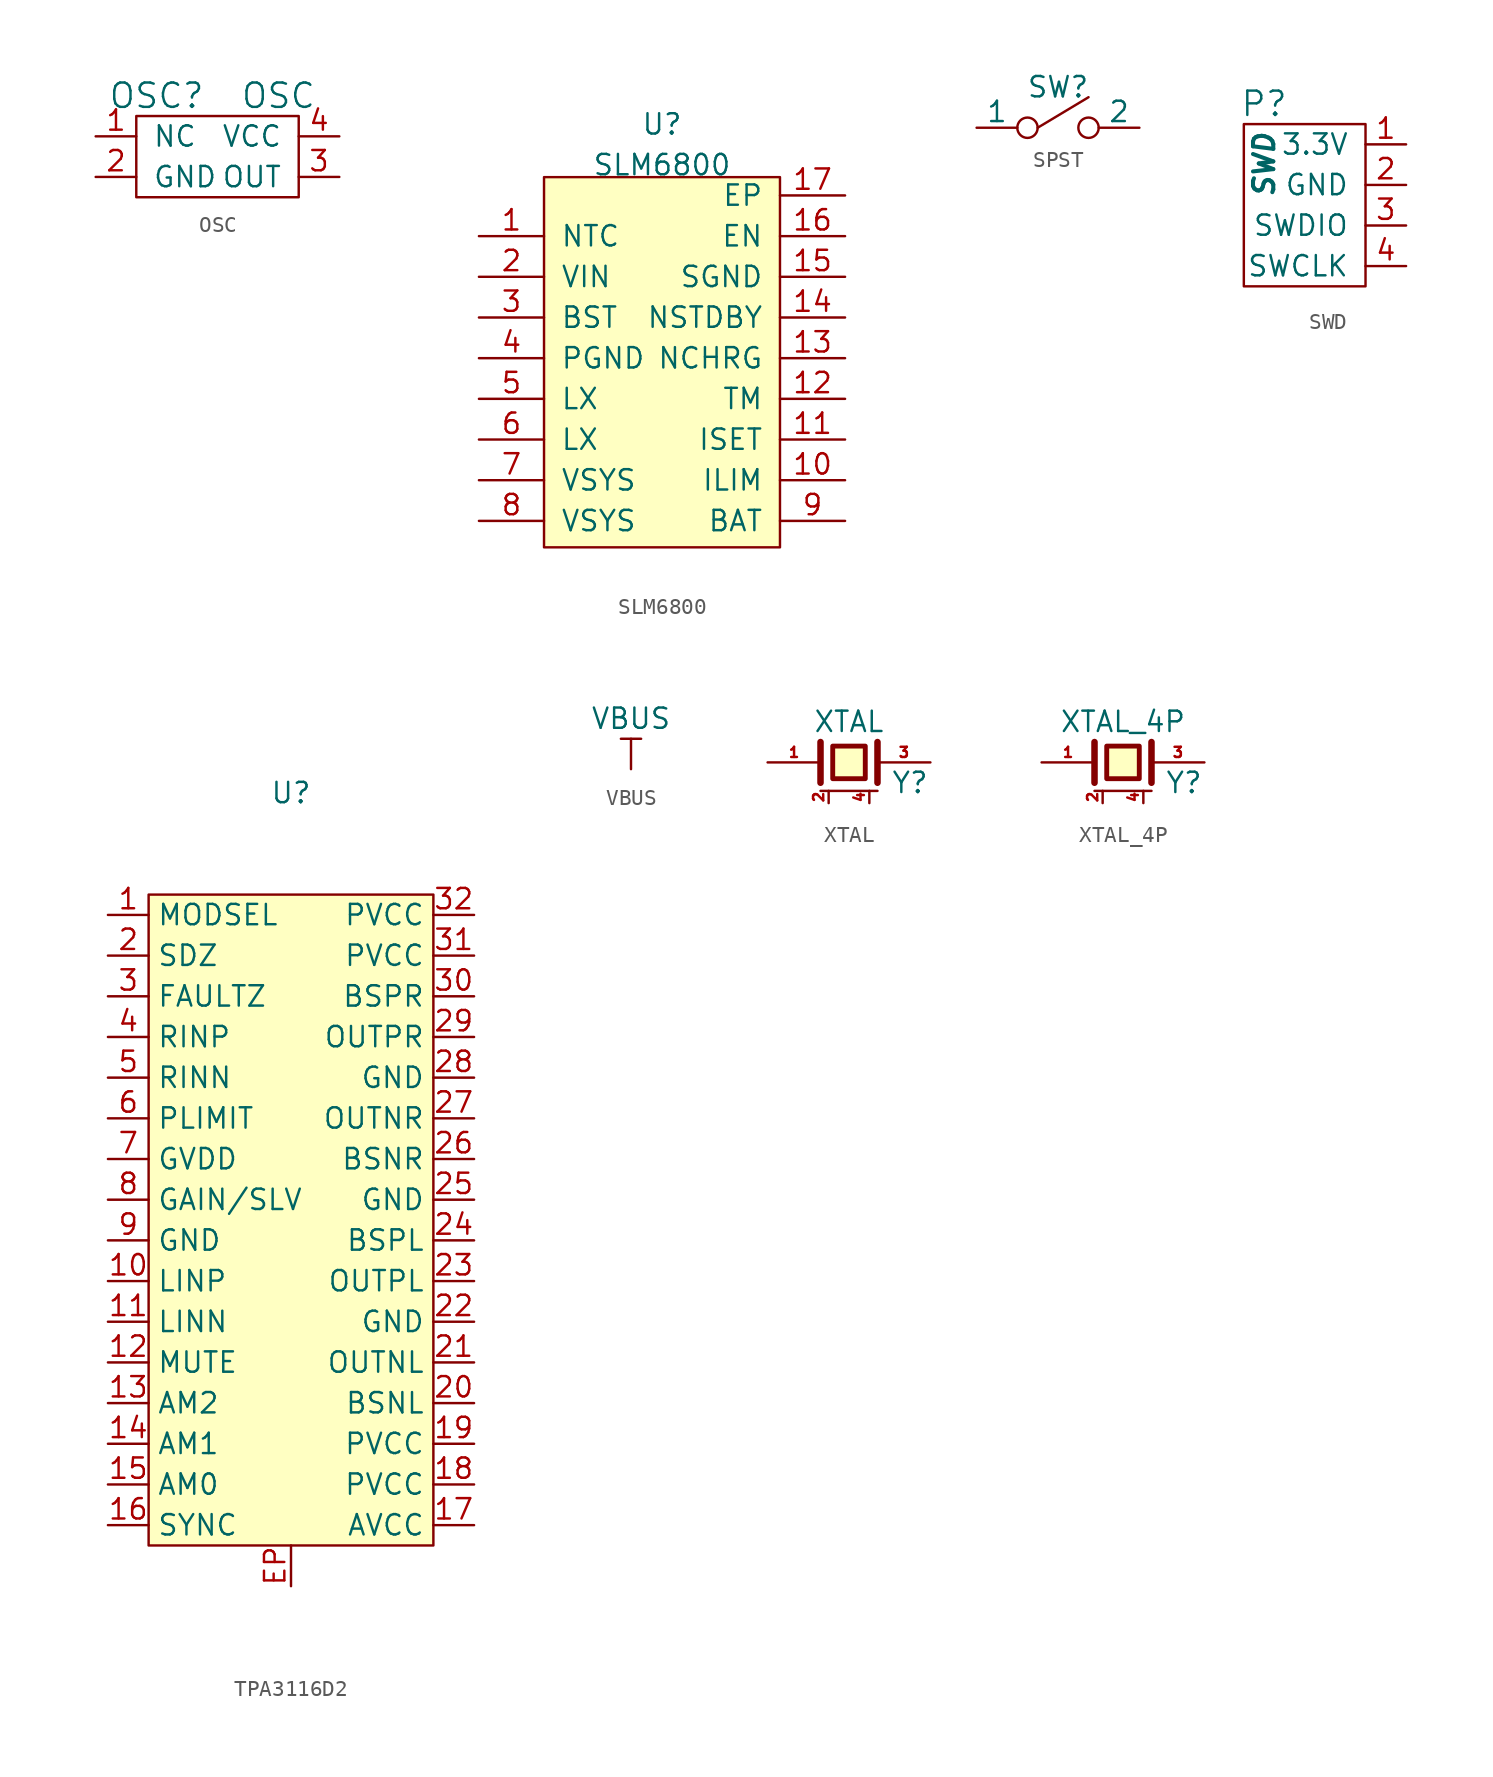
<source format=kicad_sym>
(kicad_symbol_lib
  (version 20220914)
  (generator kicad_symbol_editor)
  (symbol "OSC"
    (pin_names
      (offset 1.016))
    (property "Reference" "OSC"
      (at -3.81 3.81 0)
      (effects (font (size 1.524 1.524))))
    (property "Value" "OSC"
      (at 3.81 3.81 0)
      (effects (font (size 1.524 1.524))))
    (property "Footprint" ""
      (at 0 0 0)
      (effects (font (size 1.524 1.524))))
    (property "Datasheet" ""
      (at 0 0 0)
      (effects (font (size 1.524 1.524))))
    (symbol "OSC_0_1"
      (rectangle (start -5.08 2.54) (end 5.08 -2.54) (stroke (width 0) (type default)) (fill (type none))))
    (symbol "OSC_1_1"
      (pin bidirectional line (at -7.62 1.27 0) (length 2.54) (name "NC" (effects (font (size 1.27 1.27)))) (number "1" (effects (font (size 1.27 1.27)))))
      (pin bidirectional line (at -7.62 -1.27 0) (length 2.54) (name "GND" (effects (font (size 1.27 1.27)))) (number "2" (effects (font (size 1.27 1.27)))))
      (pin bidirectional line (at 7.62 -1.27 180) (length 2.54) (name "OUT" (effects (font (size 1.27 1.27)))) (number "3" (effects (font (size 1.27 1.27)))))
      (pin bidirectional line (at 7.62 1.27 180) (length 2.54) (name "VCC" (effects (font (size 1.27 1.27)))) (number "4" (effects (font (size 1.27 1.27)))))))
  (symbol "SLM6800"
    (pin_names
      (offset 1.016))
    (property "Reference" "U"
      (at 0 12.7 0)
      (effects (font (size 1.27 1.27))))
    (property "Value" "SLM6800"
      (at 0 10.16 0)
      (effects (font (size 1.27 1.27))))
    (symbol "SLM6800_0_1"
      (rectangle (start -7.366 9.398) (end 7.366 -13.716) (stroke (width 0) (type default)) (fill (type background))))
    (symbol "SLM6800_1_1"
      (pin passive line (at -11.43 5.715 0) (length 4.064) (name "NTC" (effects (font (size 1.27 1.27)))) (number "1" (effects (font (size 1.27 1.27)))))
      (pin passive line (at 11.43 -9.525 180) (length 4.064) (name "ILIM" (effects (font (size 1.27 1.27)))) (number "10" (effects (font (size 1.27 1.27)))))
      (pin passive line (at 11.43 -6.985 180) (length 4.064) (name "ISET" (effects (font (size 1.27 1.27)))) (number "11" (effects (font (size 1.27 1.27)))))
      (pin passive line (at 11.43 -4.445 180) (length 4.064) (name "TM" (effects (font (size 1.27 1.27)))) (number "12" (effects (font (size 1.27 1.27)))))
      (pin passive line (at 11.43 -1.905 180) (length 4.064) (name "NCHRG" (effects (font (size 1.27 1.27)))) (number "13" (effects (font (size 1.27 1.27)))))
      (pin passive line (at 11.43 0.635 180) (length 4.064) (name "NSTDBY" (effects (font (size 1.27 1.27)))) (number "14" (effects (font (size 1.27 1.27)))))
      (pin passive line (at 11.43 3.175 180) (length 4.064) (name "SGND" (effects (font (size 1.27 1.27)))) (number "15" (effects (font (size 1.27 1.27)))))
      (pin passive line (at 11.43 5.715 180) (length 4.064) (name "EN" (effects (font (size 1.27 1.27)))) (number "16" (effects (font (size 1.27 1.27)))))
      (pin passive line (at 11.43 8.255 180) (length 4.064) (name "EP" (effects (font (size 1.27 1.27)))) (number "17" (effects (font (size 1.27 1.27)))))
      (pin passive line (at -11.43 3.175 0) (length 4.064) (name "VIN" (effects (font (size 1.27 1.27)))) (number "2" (effects (font (size 1.27 1.27)))))
      (pin passive line (at -11.43 0.635 0) (length 4.064) (name "BST" (effects (font (size 1.27 1.27)))) (number "3" (effects (font (size 1.27 1.27)))))
      (pin passive line (at -11.43 -1.905 0) (length 4.064) (name "PGND" (effects (font (size 1.27 1.27)))) (number "4" (effects (font (size 1.27 1.27)))))
      (pin passive line (at -11.43 -4.445 0) (length 4.064) (name "LX" (effects (font (size 1.27 1.27)))) (number "5" (effects (font (size 1.27 1.27)))))
      (pin passive line (at -11.43 -6.985 0) (length 4.064) (name "LX" (effects (font (size 1.27 1.27)))) (number "6" (effects (font (size 1.27 1.27)))))
      (pin passive line (at -11.43 -9.525 0) (length 4.064) (name "VSYS" (effects (font (size 1.27 1.27)))) (number "7" (effects (font (size 1.27 1.27)))))
      (pin passive line (at -11.43 -12.065 0) (length 4.064) (name "VSYS" (effects (font (size 1.27 1.27)))) (number "8" (effects (font (size 1.27 1.27)))))
      (pin passive line (at 11.43 -12.065 180) (length 4.064) (name "BAT" (effects (font (size 1.27 1.27)))) (number "9" (effects (font (size 1.27 1.27)))))))
  (symbol "SPST"
    (pin_numbers hide)
    (pin_names
      (offset 0))
    (property "Reference" "SW"
      (at 0 2.54 0)
      (effects (font (size 1.27 1.27))))
    (property "Footprint" ""
      (at 0 0 0)
      (effects (font (size 1.27 1.27))))
    (property "Datasheet" ""
      (at 0 0 0)
      (effects (font (size 1.27 1.27))))
    (symbol "SPST_0_0"
      (circle (center -1.905 0) (radius 0.635) (stroke (width 0) (type default)) (fill (type none)))
      (circle (center 1.905 0) (radius 0.635) (stroke (width 0) (type default)) (fill (type none))))
    (symbol "SPST_0_1"
      (polyline (pts (xy -1.27 0) (xy 1.905 1.905)) (stroke (width 0) (type default)) (fill (type none))))
    (symbol "SPST_1_1"
      (pin input line (at -5.08 0 0) (length 2.54) (name "1" (effects (font (size 1.27 1.27)))) (number "1" (effects (font (size 1.27 1.27)))))
      (pin input line (at 5.08 0 180) (length 2.54) (name "2" (effects (font (size 1.27 1.27)))) (number "2" (effects (font (size 1.27 1.27)))))))
  (symbol "SWD"
    (pin_names
      (offset 1.016))
    (property "Reference" "P"
      (at -6.35 6.35 0)
      (effects (font (size 1.524 1.524))))
    (property "Value" "SWD"
      (at -6.35 2.54 90)
      (effects (font (size 1.27 1.27) bold italic)))
    (property "Footprint" ""
      (at 0 -1.27 0)
      (effects (font (size 1.524 1.524))))
    (property "Datasheet" ""
      (at 0 -1.27 0)
      (effects (font (size 1.524 1.524))))
    (symbol "SWD_0_1"
      (rectangle (start 0 5.08) (end -7.62 -5.08) (stroke (width 0) (type default)) (fill (type none))))
    (symbol "SWD_1_1"
      (pin input line (at 2.54 3.81 180) (length 2.54) (name "3.3V" (effects (font (size 1.27 1.27)))) (number "1" (effects (font (size 1.27 1.27)))))
      (pin input line (at 2.54 1.27 180) (length 2.54) (name "GND" (effects (font (size 1.27 1.27)))) (number "2" (effects (font (size 1.27 1.27)))))
      (pin input line (at 2.54 -1.27 180) (length 2.54) (name "SWDIO" (effects (font (size 1.27 1.27)))) (number "3" (effects (font (size 1.27 1.27)))))
      (pin input line (at 2.54 -3.81 180) (length 2.54) (name "SWCLK" (effects (font (size 1.27 1.27)))) (number "4" (effects (font (size 1.27 1.27)))))))
  (symbol "TPA3116D2"
    (property "Reference" "U"
      (at 0 26.67 0)
      (effects (font (size 1.27 1.27))))
    (symbol "TPA3116D2_1_1"
      (rectangle (start -8.89 20.32) (end 8.89 -20.32) (stroke (width 0) (type default)) (fill (type background)))
      (pin output line (at -11.43 19.05 0) (length 2.54) (name "MODSEL" (effects (font (size 1.27 1.27)))) (number "1" (effects (font (size 1.27 1.27)))))
      (pin output line (at -11.43 -3.81 0) (length 2.54) (name "LINP" (effects (font (size 1.27 1.27)))) (number "10" (effects (font (size 1.27 1.27)))))
      (pin output line (at -11.43 -6.35 0) (length 2.54) (name "LINN" (effects (font (size 1.27 1.27)))) (number "11" (effects (font (size 1.27 1.27)))))
      (pin output line (at -11.43 -8.89 0) (length 2.54) (name "MUTE" (effects (font (size 1.27 1.27)))) (number "12" (effects (font (size 1.27 1.27)))))
      (pin output line (at -11.43 -11.43 0) (length 2.54) (name "AM2" (effects (font (size 1.27 1.27)))) (number "13" (effects (font (size 1.27 1.27)))))
      (pin output line (at -11.43 -13.97 0) (length 2.54) (name "AM1" (effects (font (size 1.27 1.27)))) (number "14" (effects (font (size 1.27 1.27)))))
      (pin output line (at -11.43 -16.51 0) (length 2.54) (name "AM0" (effects (font (size 1.27 1.27)))) (number "15" (effects (font (size 1.27 1.27)))))
      (pin output line (at -11.43 -19.05 0) (length 2.54) (name "SYNC" (effects (font (size 1.27 1.27)))) (number "16" (effects (font (size 1.27 1.27)))))
      (pin output line (at 11.43 -19.05 180) (length 2.54) (name "AVCC" (effects (font (size 1.27 1.27)))) (number "17" (effects (font (size 1.27 1.27)))))
      (pin output line (at 11.43 -16.51 180) (length 2.54) (name "PVCC" (effects (font (size 1.27 1.27)))) (number "18" (effects (font (size 1.27 1.27)))))
      (pin output line (at 11.43 -13.97 180) (length 2.54) (name "PVCC" (effects (font (size 1.27 1.27)))) (number "19" (effects (font (size 1.27 1.27)))))
      (pin output line (at -11.43 16.51 0) (length 2.54) (name "SDZ" (effects (font (size 1.27 1.27)))) (number "2" (effects (font (size 1.27 1.27)))))
      (pin output line (at 11.43 -11.43 180) (length 2.54) (name "BSNL" (effects (font (size 1.27 1.27)))) (number "20" (effects (font (size 1.27 1.27)))))
      (pin output line (at 11.43 -8.89 180) (length 2.54) (name "OUTNL" (effects (font (size 1.27 1.27)))) (number "21" (effects (font (size 1.27 1.27)))))
      (pin output line (at 11.43 -6.35 180) (length 2.54) (name "GND" (effects (font (size 1.27 1.27)))) (number "22" (effects (font (size 1.27 1.27)))))
      (pin output line (at 11.43 -3.81 180) (length 2.54) (name "OUTPL" (effects (font (size 1.27 1.27)))) (number "23" (effects (font (size 1.27 1.27)))))
      (pin output line (at 11.43 -1.27 180) (length 2.54) (name "BSPL" (effects (font (size 1.27 1.27)))) (number "24" (effects (font (size 1.27 1.27)))))
      (pin output line (at 11.43 1.27 180) (length 2.54) (name "GND" (effects (font (size 1.27 1.27)))) (number "25" (effects (font (size 1.27 1.27)))))
      (pin output line (at 11.43 3.81 180) (length 2.54) (name "BSNR" (effects (font (size 1.27 1.27)))) (number "26" (effects (font (size 1.27 1.27)))))
      (pin output line (at 11.43 6.35 180) (length 2.54) (name "OUTNR" (effects (font (size 1.27 1.27)))) (number "27" (effects (font (size 1.27 1.27)))))
      (pin output line (at 11.43 8.89 180) (length 2.54) (name "GND" (effects (font (size 1.27 1.27)))) (number "28" (effects (font (size 1.27 1.27)))))
      (pin output line (at 11.43 11.43 180) (length 2.54) (name "OUTPR" (effects (font (size 1.27 1.27)))) (number "29" (effects (font (size 1.27 1.27)))))
      (pin output line (at -11.43 13.97 0) (length 2.54) (name "FAULTZ" (effects (font (size 1.27 1.27)))) (number "3" (effects (font (size 1.27 1.27)))))
      (pin output line (at 11.43 13.97 180) (length 2.54) (name "BSPR" (effects (font (size 1.27 1.27)))) (number "30" (effects (font (size 1.27 1.27)))))
      (pin output line (at 11.43 16.51 180) (length 2.54) (name "PVCC" (effects (font (size 1.27 1.27)))) (number "31" (effects (font (size 1.27 1.27)))))
      (pin output line (at 11.43 19.05 180) (length 2.54) (name "PVCC" (effects (font (size 1.27 1.27)))) (number "32" (effects (font (size 1.27 1.27)))))
      (pin output line (at -11.43 11.43 0) (length 2.54) (name "RINP" (effects (font (size 1.27 1.27)))) (number "4" (effects (font (size 1.27 1.27)))))
      (pin output line (at -11.43 8.89 0) (length 2.54) (name "RINN" (effects (font (size 1.27 1.27)))) (number "5" (effects (font (size 1.27 1.27)))))
      (pin output line (at -11.43 6.35 0) (length 2.54) (name "PLIMIT" (effects (font (size 1.27 1.27)))) (number "6" (effects (font (size 1.27 1.27)))))
      (pin output line (at -11.43 3.81 0) (length 2.54) (name "GVDD" (effects (font (size 1.27 1.27)))) (number "7" (effects (font (size 1.27 1.27)))))
      (pin output line (at -11.43 1.27 0) (length 2.54) (name "GAIN/SLV" (effects (font (size 1.27 1.27)))) (number "8" (effects (font (size 1.27 1.27)))))
      (pin output line (at -11.43 -1.27 0) (length 2.54) (name "GND" (effects (font (size 1.27 1.27)))) (number "9" (effects (font (size 1.27 1.27)))))
      (pin output line (at 0 -22.86 90) (length 2.54) (name "" (effects (font (size 1.27 1.27)))) (number "EP" (effects (font (size 1.27 1.27)))))))
  (symbol "VBUS"
    (power)
    (pin_names
      (offset 0))
    (property "Reference" "#PWR"
      (at 0 -3.175 0)
      (effects (font (size 1.27 1.27)) hide))
    (property "Value" "VBUS"
      (at 0 3.175 0)
      (effects (font (size 1.27 1.27))))
    (symbol "VBUS_0_1"
      (polyline (pts (xy -0.635 1.905) (xy 0.635 1.905)) (stroke (width 0) (type default)) (fill (type none)))
      (polyline (pts (xy 0 0) (xy 0 1.905)) (stroke (width 0) (type default)) (fill (type none))))
    (symbol "VBUS_1_1"
      (pin power_in line (at 0 0 90) (length 0) hide (name "VBUS" (effects (font (size 1.27 1.27)))) (number "1" (effects (font (size 1.27 1.27)))))))
  (symbol "XTAL"
    (pin_names
      (offset 1.016) hide)
    (property "Reference" "Y"
      (at 3.81 -1.27 0)
      (effects (font (size 1.27 1.27))))
    (property "Value" "XTAL"
      (at 0 2.54 0)
      (effects (font (size 1.27 1.27))))
    (property "Footprint" ""
      (at 0 0 0)
      (effects (font (size 1.524 1.524))))
    (property "Datasheet" ""
      (at 0 0 0)
      (effects (font (size 1.524 1.524))))
    (symbol "XTAL_0_1"
      (polyline (pts (xy -1.778 -1.778) (xy 1.778 -1.778)) (stroke (width 0) (type default)) (fill (type none)))
      (polyline (pts (xy -1.778 1.27) (xy -1.778 -1.27)) (stroke (width 0.406) (type default)) (fill (type none)))
      (polyline (pts (xy 1.778 1.27) (xy 1.778 -1.27)) (stroke (width 0.406) (type default)) (fill (type none)))
      (polyline (pts (xy -1.016 1.016) (xy 1.016 1.016) (xy 1.016 -1.016) (xy -1.016 -1.016) (xy -1.016 1.016)) (stroke (width 0.305) (type default)) (fill (type background))))
    (symbol "XTAL_1_1"
      (pin passive line (at -5.08 0 0) (length 3.302) (name "1" (effects (font (size 0.508 0.508)))) (number "1" (effects (font (size 0.635 0.635)))))
      (pin passive line (at -1.27 -2.54 90) (length 0.762) (name "case" (effects (font (size 0.508 0.508)))) (number "2" (effects (font (size 0.635 0.635)))))
      (pin passive line (at 5.08 0 180) (length 3.302) (name "3" (effects (font (size 0.508 0.508)))) (number "3" (effects (font (size 0.635 0.635)))))
      (pin passive line (at 1.27 -2.54 90) (length 0.762) (name "case" (effects (font (size 0.559 0.559)))) (number "4" (effects (font (size 0.635 0.635)))))))
  (symbol "XTAL_4P"
    (pin_names
      (offset 1.016) hide)
    (property "Reference" "Y"
      (at 3.81 -1.27 0)
      (effects (font (size 1.27 1.27))))
    (property "Value" "XTAL_4P"
      (at 0 2.54 0)
      (effects (font (size 1.27 1.27))))
    (property "Footprint" ""
      (at 0 0 0)
      (effects (font (size 1.524 1.524))))
    (property "Datasheet" ""
      (at 0 0 0)
      (effects (font (size 1.524 1.524))))
    (symbol "XTAL_4P_0_1"
      (polyline (pts (xy -1.778 -1.778) (xy 1.778 -1.778)) (stroke (width 0) (type default)) (fill (type none)))
      (polyline (pts (xy -1.778 1.27) (xy -1.778 -1.27)) (stroke (width 0.406) (type default)) (fill (type none)))
      (polyline (pts (xy 1.778 1.27) (xy 1.778 -1.27)) (stroke (width 0.406) (type default)) (fill (type none)))
      (polyline (pts (xy -1.016 1.016) (xy 1.016 1.016) (xy 1.016 -1.016) (xy -1.016 -1.016) (xy -1.016 1.016)) (stroke (width 0.305) (type default)) (fill (type background))))
    (symbol "XTAL_4P_1_1"
      (pin passive line (at -5.08 0 0) (length 3.302) (name "1" (effects (font (size 0.508 0.508)))) (number "1" (effects (font (size 0.635 0.635)))))
      (pin passive line (at -1.27 -2.54 90) (length 0.762) (name "case" (effects (font (size 0.508 0.508)))) (number "2" (effects (font (size 0.635 0.635)))))
      (pin passive line (at 5.08 0 180) (length 3.302) (name "3" (effects (font (size 0.508 0.508)))) (number "3" (effects (font (size 0.635 0.635)))))
      (pin passive line (at 1.27 -2.54 90) (length 0.762) (name "case" (effects (font (size 0.559 0.559)))) (number "4" (effects (font (size 0.635 0.635))))))))
</source>
